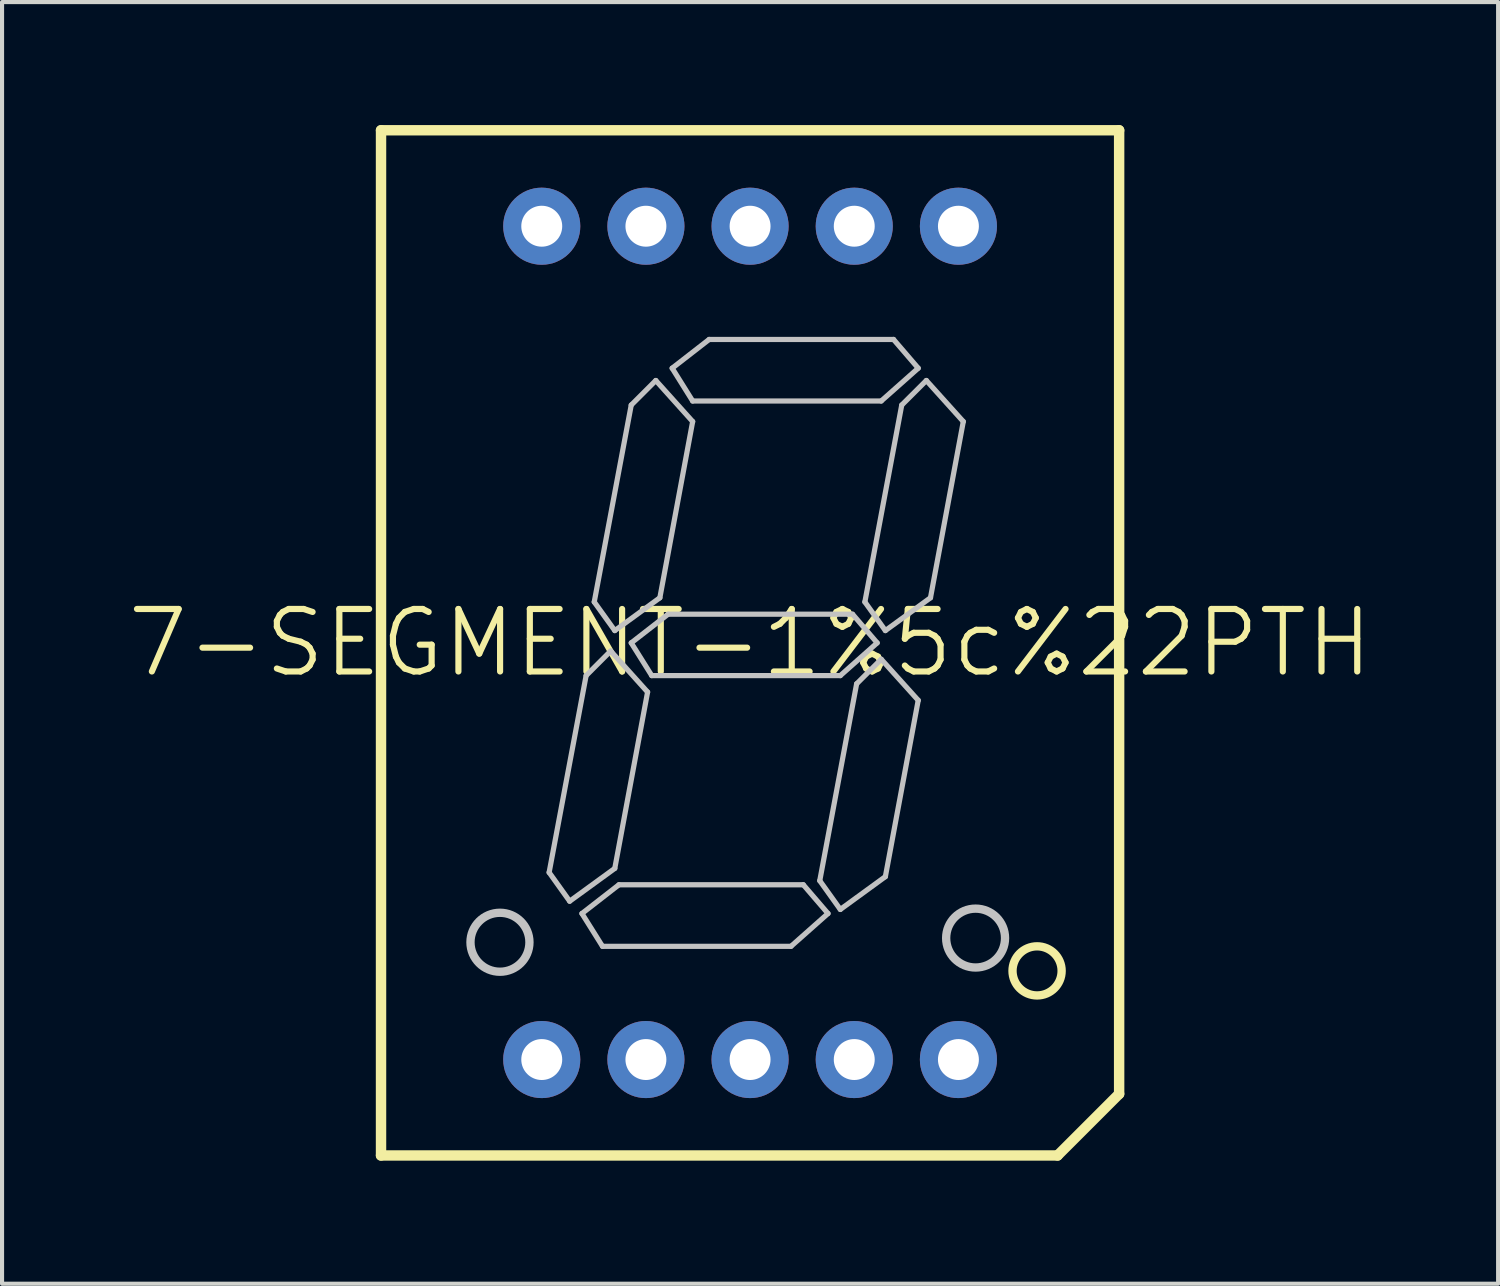
<source format=kicad_pcb>
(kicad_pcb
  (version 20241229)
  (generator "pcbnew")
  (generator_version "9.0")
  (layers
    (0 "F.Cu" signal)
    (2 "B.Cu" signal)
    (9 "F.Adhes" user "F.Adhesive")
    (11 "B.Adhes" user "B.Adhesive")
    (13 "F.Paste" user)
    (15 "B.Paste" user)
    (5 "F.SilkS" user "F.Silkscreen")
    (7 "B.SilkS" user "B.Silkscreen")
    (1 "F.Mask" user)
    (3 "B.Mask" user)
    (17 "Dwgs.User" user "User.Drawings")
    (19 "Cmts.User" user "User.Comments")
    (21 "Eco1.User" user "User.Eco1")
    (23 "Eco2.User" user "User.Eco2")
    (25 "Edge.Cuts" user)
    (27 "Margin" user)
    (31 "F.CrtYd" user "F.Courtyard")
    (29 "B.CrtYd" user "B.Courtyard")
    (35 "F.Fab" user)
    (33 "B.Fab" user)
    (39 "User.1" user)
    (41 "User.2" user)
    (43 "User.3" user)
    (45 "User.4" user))
  (footprint "7-SEGMENT-1%5c%22PTH"
    (layer "F.Cu")
    (at 15.24 12.626)
    (property "Reference" "7-SEGMENT-1%5c%22PTH" (at 0 0 0) (layer "F.SilkS") (effects (font (size 1.524 1.524) (thickness 0.15))))
    (attr exclude_from_pos_files exclude_from_bom)
    (fp_line (start -8.999 -12.499) (end 8.999 -12.499) (stroke (width 0.254) (type solid)) (layer "F.SilkS"))
    (fp_line (start -8.999 12.499) (end -8.999 -12.499) (stroke (width 0.254) (type solid)) (layer "F.SilkS"))
    (fp_line (start 7.498 12.499) (end -8.999 12.499) (stroke (width 0.254) (type solid)) (layer "F.SilkS"))
    (fp_line (start 8.999 -12.499) (end 8.999 10.998) (stroke (width 0.254) (type solid)) (layer "F.SilkS"))
    (fp_line (start 8.999 10.998) (end 7.498 12.499) (stroke (width 0.254) (type solid)) (layer "F.SilkS"))
    (fp_circle (center 6.998 7.998) (end 6.998 7.399) (stroke (width 0.203) (type solid)) (fill no) (layer "F.SilkS"))
    (fp_line (start -4.9 5.598) (end -3.998 0.798) (stroke (width 0.127) (type solid)) (layer "Dwgs.User"))
    (fp_line (start -4.399 6.299) (end -4.9 5.598) (stroke (width 0.127) (type solid)) (layer "Dwgs.User"))
    (fp_line (start -4.1 6.599) (end -3.198 5.898) (stroke (width 0.127) (type solid)) (layer "Dwgs.User"))
    (fp_line (start -3.998 0.798) (end -3.399 0.198) (stroke (width 0.127) (type solid)) (layer "Dwgs.User"))
    (fp_line (start -3.8 -0.998) (end -2.898 -5.799) (stroke (width 0.127) (type solid)) (layer "Dwgs.User"))
    (fp_line (start -3.599 7.399) (end -4.1 6.599) (stroke (width 0.127) (type solid)) (layer "Dwgs.User"))
    (fp_line (start -3.399 0.198) (end -2.499 1.199) (stroke (width 0.127) (type solid)) (layer "Dwgs.User"))
    (fp_line (start -3.299 -0.3) (end -3.8 -0.998) (stroke (width 0.127) (type solid)) (layer "Dwgs.User"))
    (fp_line (start -3.299 5.499) (end -4.399 6.299) (stroke (width 0.127) (type solid)) (layer "Dwgs.User"))
    (fp_line (start -3.198 5.898) (end 1.298 5.898) (stroke (width 0.127) (type solid)) (layer "Dwgs.User"))
    (fp_line (start -2.898 -5.799) (end -2.299 -6.398) (stroke (width 0.127) (type solid)) (layer "Dwgs.User"))
    (fp_line (start -2.898 0) (end -1.999 -0.699) (stroke (width 0.127) (type solid)) (layer "Dwgs.User"))
    (fp_line (start -2.499 1.199) (end -3.299 5.499) (stroke (width 0.127) (type solid)) (layer "Dwgs.User"))
    (fp_line (start -2.398 0.798) (end -2.898 0) (stroke (width 0.127) (type solid)) (layer "Dwgs.User"))
    (fp_line (start -2.299 -6.398) (end -1.4 -5.397) (stroke (width 0.127) (type solid)) (layer "Dwgs.User"))
    (fp_line (start -2.2 -1.1) (end -3.299 -0.3) (stroke (width 0.127) (type solid)) (layer "Dwgs.User"))
    (fp_line (start -1.999 -0.699) (end 2.499 -0.699) (stroke (width 0.127) (type solid)) (layer "Dwgs.User"))
    (fp_line (start -1.9 -6.698) (end -0.998 -7.399) (stroke (width 0.127) (type solid)) (layer "Dwgs.User"))
    (fp_line (start -1.4 -5.898) (end -1.9 -6.698) (stroke (width 0.127) (type solid)) (layer "Dwgs.User"))
    (fp_line (start -1.4 -5.397) (end -2.2 -1.1) (stroke (width 0.127) (type solid)) (layer "Dwgs.User"))
    (fp_line (start -0.998 -7.399) (end 3.498 -7.399) (stroke (width 0.127) (type solid)) (layer "Dwgs.User"))
    (fp_line (start 0.998 7.399) (end -3.599 7.399) (stroke (width 0.127) (type solid)) (layer "Dwgs.User"))
    (fp_line (start 1.298 5.898) (end 1.9 6.599) (stroke (width 0.127) (type solid)) (layer "Dwgs.User"))
    (fp_line (start 1.699 5.799) (end 2.598 0.998) (stroke (width 0.127) (type solid)) (layer "Dwgs.User"))
    (fp_line (start 1.9 6.599) (end 0.998 7.399) (stroke (width 0.127) (type solid)) (layer "Dwgs.User"))
    (fp_line (start 2.2 0.798) (end -2.398 0.798) (stroke (width 0.127) (type solid)) (layer "Dwgs.User"))
    (fp_line (start 2.2 6.5) (end 1.699 5.799) (stroke (width 0.127) (type solid)) (layer "Dwgs.User"))
    (fp_line (start 2.499 -0.699) (end 3.099 0) (stroke (width 0.127) (type solid)) (layer "Dwgs.User"))
    (fp_line (start 2.598 0.998) (end 3.198 0.399) (stroke (width 0.127) (type solid)) (layer "Dwgs.User"))
    (fp_line (start 2.799 -0.998) (end 3.698 -5.799) (stroke (width 0.127) (type solid)) (layer "Dwgs.User"))
    (fp_line (start 3.099 0) (end 2.2 0.798) (stroke (width 0.127) (type solid)) (layer "Dwgs.User"))
    (fp_line (start 3.198 -5.898) (end -1.4 -5.898) (stroke (width 0.127) (type solid)) (layer "Dwgs.User"))
    (fp_line (start 3.198 0.399) (end 4.1 1.4) (stroke (width 0.127) (type solid)) (layer "Dwgs.User"))
    (fp_line (start 3.299 -0.3) (end 2.799 -0.998) (stroke (width 0.127) (type solid)) (layer "Dwgs.User"))
    (fp_line (start 3.299 5.7) (end 2.2 6.5) (stroke (width 0.127) (type solid)) (layer "Dwgs.User"))
    (fp_line (start 3.498 -7.399) (end 4.1 -6.698) (stroke (width 0.127) (type solid)) (layer "Dwgs.User"))
    (fp_line (start 3.698 -5.799) (end 4.298 -6.398) (stroke (width 0.127) (type solid)) (layer "Dwgs.User"))
    (fp_line (start 4.1 -6.698) (end 3.198 -5.898) (stroke (width 0.127) (type solid)) (layer "Dwgs.User"))
    (fp_line (start 4.1 1.4) (end 3.299 5.7) (stroke (width 0.127) (type solid)) (layer "Dwgs.User"))
    (fp_line (start 4.298 -6.398) (end 5.199 -5.397) (stroke (width 0.127) (type solid)) (layer "Dwgs.User"))
    (fp_line (start 4.399 -1.1) (end 3.299 -0.3) (stroke (width 0.127) (type solid)) (layer "Dwgs.User"))
    (fp_line (start 5.199 -5.397) (end 4.399 -1.1) (stroke (width 0.127) (type solid)) (layer "Dwgs.User"))
    (fp_circle (center -6.099 7.3) (end -6.099 6.581) (stroke (width 0.203) (type solid)) (fill no) (layer "Dwgs.User"))
    (fp_circle (center 5.499 7.198) (end 5.499 6.48) (stroke (width 0.203) (type solid)) (fill no) (layer "Dwgs.User"))
    (pad "1" thru_hole circle (at -5.08 10.16) (size 1.88 1.88) (drill 0.998) (layers "*.Cu" "*.Paste" "*.Mask"))
    (pad "2" thru_hole circle (at -2.54 10.16) (size 1.88 1.88) (drill 0.998) (layers "*.Cu" "*.Paste" "*.Mask"))
    (pad "3" thru_hole circle (at 0 10.16) (size 1.88 1.88) (drill 0.998) (layers "*.Cu" "*.Paste" "*.Mask"))
    (pad "4" thru_hole circle (at 2.54 10.16) (size 1.88 1.88) (drill 0.998) (layers "*.Cu" "*.Paste" "*.Mask"))
    (pad "5" thru_hole circle (at 5.08 10.16) (size 1.88 1.88) (drill 0.998) (layers "*.Cu" "*.Paste" "*.Mask"))
    (pad "6" thru_hole circle (at 5.08 -10.16) (size 1.88 1.88) (drill 0.998) (layers "*.Cu" "*.Paste" "*.Mask"))
    (pad "7" thru_hole circle (at 2.54 -10.16) (size 1.88 1.88) (drill 0.998) (layers "*.Cu" "*.Paste" "*.Mask"))
    (pad "8" thru_hole circle (at 0 -10.16) (size 1.88 1.88) (drill 0.998) (layers "*.Cu" "*.Paste" "*.Mask"))
    (pad "9" thru_hole circle (at -2.54 -10.16) (size 1.88 1.88) (drill 0.998) (layers "*.Cu" "*.Paste" "*.Mask"))
    (pad "10" thru_hole circle (at -5.08 -10.16) (size 1.88 1.88) (drill 0.998) (layers "*.Cu" "*.Paste" "*.Mask")))
  (gr_rect
    (start -3 -3)
    (end 33.48 28.253)
    (stroke (width 0.1) (type default))
    (fill no)
    (layer "Edge.Cuts")))
</source>
